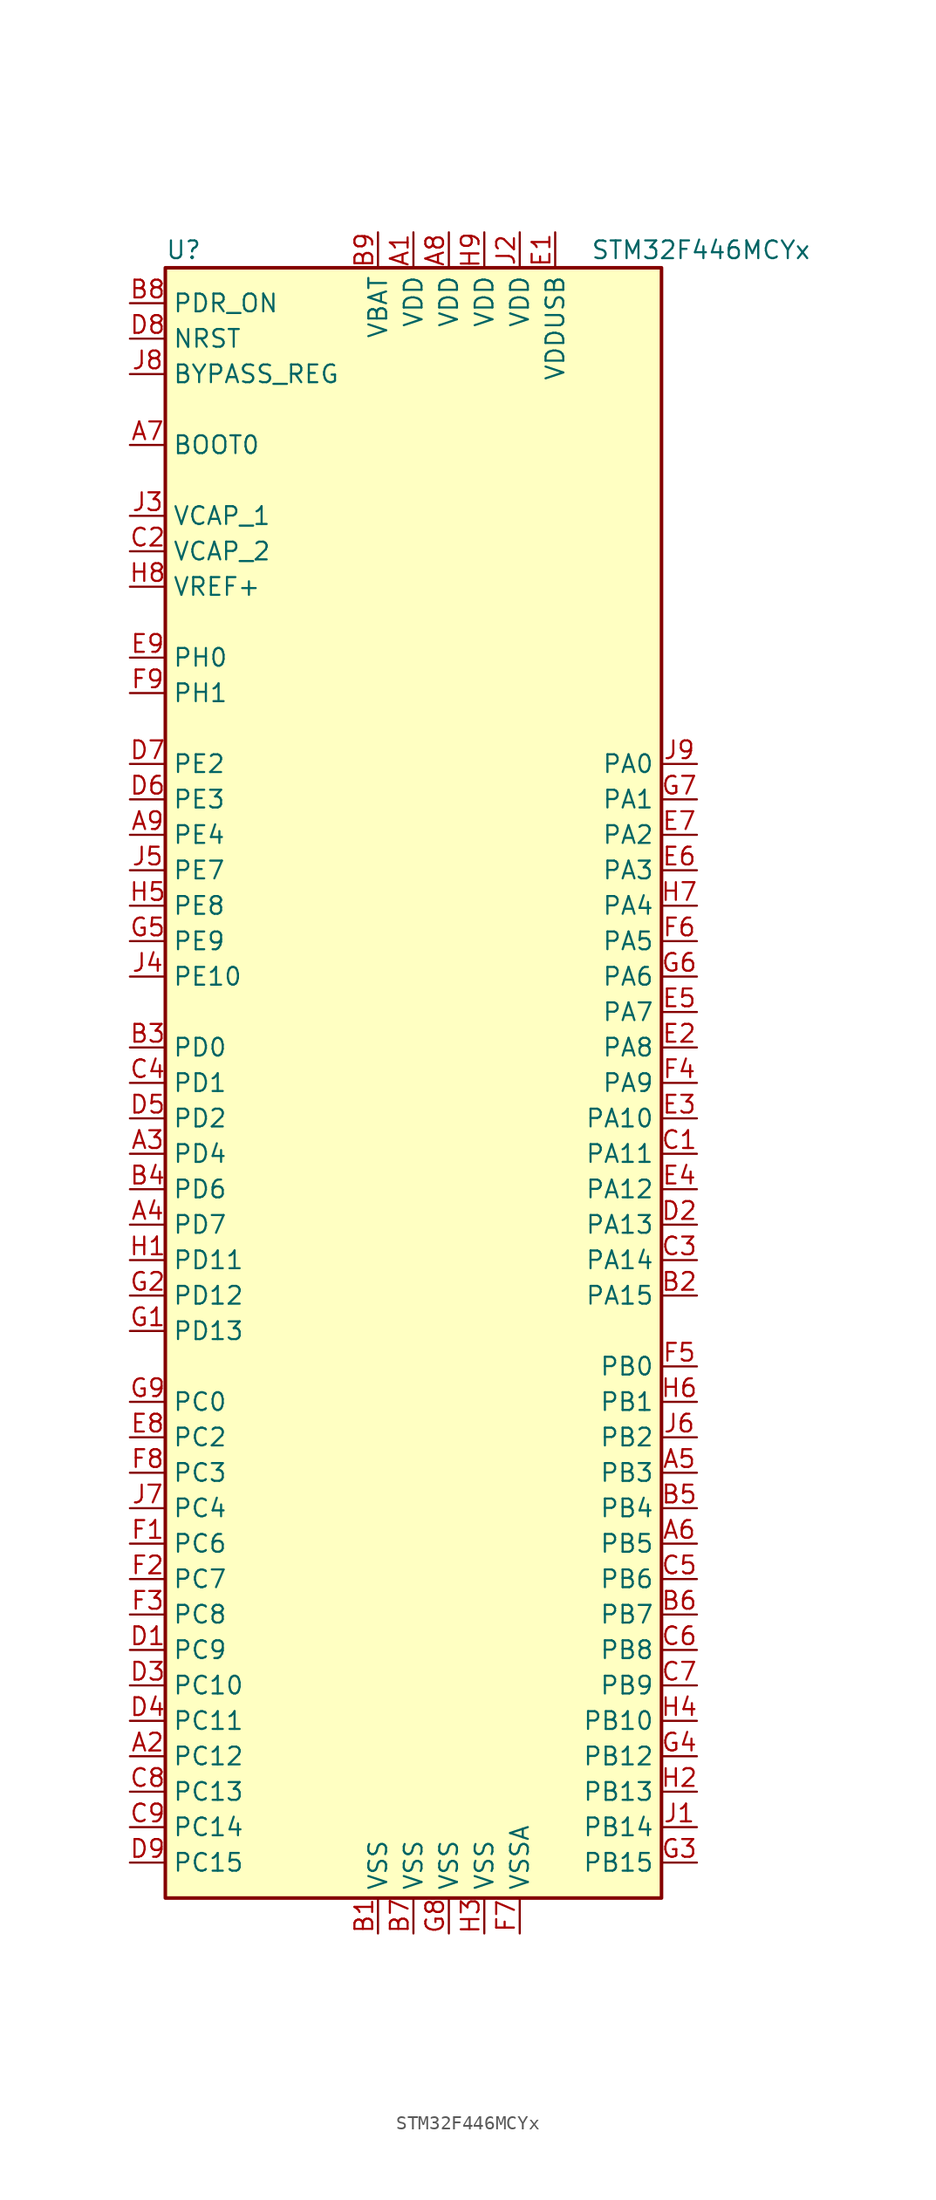
<source format=kicad_sym>
(kicad_symbol_lib
  (version 20220914)
  (generator kicad_symbol_editor)
  (symbol "STM32F446MCYx"
    (property "Reference" "U"
      (at -17.78 59.69 0)
      (effects (font (size 1.27 1.27)) (justify left)))
    (property "Value" "STM32F446MCYx"
      (at 12.7 59.69 0)
      (effects (font (size 1.27 1.27)) (justify left)))
    (symbol "STM32F446MCYx_0_1"
      (rectangle (start -17.78 -58.42) (end 17.78 58.42) (stroke (width 0.254) (type default)) (fill (type background))))
    (symbol "STM32F446MCYx_1_1"
      (pin power_in line (at 0 60.96 270) (length 2.54) (name "VDD" (effects (font (size 1.27 1.27)))) (number "A1" (effects (font (size 1.27 1.27)))))
      (pin bidirectional line (at -20.32 -48.26 0) (length 2.54) (name "PC12" (effects (font (size 1.27 1.27)))) (number "A2" (effects (font (size 1.27 1.27)))))
      (pin bidirectional line (at -20.32 -5.08 0) (length 2.54) (name "PD4" (effects (font (size 1.27 1.27)))) (number "A3" (effects (font (size 1.27 1.27)))))
      (pin bidirectional line (at -20.32 -10.16 0) (length 2.54) (name "PD7" (effects (font (size 1.27 1.27)))) (number "A4" (effects (font (size 1.27 1.27)))))
      (pin bidirectional line (at 20.32 -27.94 180) (length 2.54) (name "PB3" (effects (font (size 1.27 1.27)))) (number "A5" (effects (font (size 1.27 1.27)))))
      (pin bidirectional line (at 20.32 -33.02 180) (length 2.54) (name "PB5" (effects (font (size 1.27 1.27)))) (number "A6" (effects (font (size 1.27 1.27)))))
      (pin input line (at -20.32 45.72 0) (length 2.54) (name "BOOT0" (effects (font (size 1.27 1.27)))) (number "A7" (effects (font (size 1.27 1.27)))))
      (pin power_in line (at 2.54 60.96 270) (length 2.54) (name "VDD" (effects (font (size 1.27 1.27)))) (number "A8" (effects (font (size 1.27 1.27)))))
      (pin bidirectional line (at -20.32 17.78 0) (length 2.54) (name "PE4" (effects (font (size 1.27 1.27)))) (number "A9" (effects (font (size 1.27 1.27)))))
      (pin power_in line (at -2.54 -60.96 90) (length 2.54) (name "VSS" (effects (font (size 1.27 1.27)))) (number "B1" (effects (font (size 1.27 1.27)))))
      (pin bidirectional line (at 20.32 -15.24 180) (length 2.54) (name "PA15" (effects (font (size 1.27 1.27)))) (number "B2" (effects (font (size 1.27 1.27)))))
      (pin bidirectional line (at -20.32 2.54 0) (length 2.54) (name "PD0" (effects (font (size 1.27 1.27)))) (number "B3" (effects (font (size 1.27 1.27)))))
      (pin bidirectional line (at -20.32 -7.62 0) (length 2.54) (name "PD6" (effects (font (size 1.27 1.27)))) (number "B4" (effects (font (size 1.27 1.27)))))
      (pin bidirectional line (at 20.32 -30.48 180) (length 2.54) (name "PB4" (effects (font (size 1.27 1.27)))) (number "B5" (effects (font (size 1.27 1.27)))))
      (pin bidirectional line (at 20.32 -38.1 180) (length 2.54) (name "PB7" (effects (font (size 1.27 1.27)))) (number "B6" (effects (font (size 1.27 1.27)))))
      (pin power_in line (at 0 -60.96 90) (length 2.54) (name "VSS" (effects (font (size 1.27 1.27)))) (number "B7" (effects (font (size 1.27 1.27)))))
      (pin input line (at -20.32 55.88 0) (length 2.54) (name "PDR_ON" (effects (font (size 1.27 1.27)))) (number "B8" (effects (font (size 1.27 1.27)))))
      (pin power_in line (at -2.54 60.96 270) (length 2.54) (name "VBAT" (effects (font (size 1.27 1.27)))) (number "B9" (effects (font (size 1.27 1.27)))))
      (pin bidirectional line (at 20.32 -5.08 180) (length 2.54) (name "PA11" (effects (font (size 1.27 1.27)))) (number "C1" (effects (font (size 1.27 1.27)))))
      (pin power_in line (at -20.32 38.1 0) (length 2.54) (name "VCAP_2" (effects (font (size 1.27 1.27)))) (number "C2" (effects (font (size 1.27 1.27)))))
      (pin bidirectional line (at 20.32 -12.7 180) (length 2.54) (name "PA14" (effects (font (size 1.27 1.27)))) (number "C3" (effects (font (size 1.27 1.27)))))
      (pin bidirectional line (at -20.32 0 0) (length 2.54) (name "PD1" (effects (font (size 1.27 1.27)))) (number "C4" (effects (font (size 1.27 1.27)))))
      (pin bidirectional line (at 20.32 -35.56 180) (length 2.54) (name "PB6" (effects (font (size 1.27 1.27)))) (number "C5" (effects (font (size 1.27 1.27)))))
      (pin bidirectional line (at 20.32 -40.64 180) (length 2.54) (name "PB8" (effects (font (size 1.27 1.27)))) (number "C6" (effects (font (size 1.27 1.27)))))
      (pin bidirectional line (at 20.32 -43.18 180) (length 2.54) (name "PB9" (effects (font (size 1.27 1.27)))) (number "C7" (effects (font (size 1.27 1.27)))))
      (pin bidirectional line (at -20.32 -50.8 0) (length 2.54) (name "PC13" (effects (font (size 1.27 1.27)))) (number "C8" (effects (font (size 1.27 1.27)))))
      (pin bidirectional line (at -20.32 -53.34 0) (length 2.54) (name "PC14" (effects (font (size 1.27 1.27)))) (number "C9" (effects (font (size 1.27 1.27)))))
      (pin bidirectional line (at -20.32 -40.64 0) (length 2.54) (name "PC9" (effects (font (size 1.27 1.27)))) (number "D1" (effects (font (size 1.27 1.27)))))
      (pin bidirectional line (at 20.32 -10.16 180) (length 2.54) (name "PA13" (effects (font (size 1.27 1.27)))) (number "D2" (effects (font (size 1.27 1.27)))))
      (pin bidirectional line (at -20.32 -43.18 0) (length 2.54) (name "PC10" (effects (font (size 1.27 1.27)))) (number "D3" (effects (font (size 1.27 1.27)))))
      (pin bidirectional line (at -20.32 -45.72 0) (length 2.54) (name "PC11" (effects (font (size 1.27 1.27)))) (number "D4" (effects (font (size 1.27 1.27)))))
      (pin bidirectional line (at -20.32 -2.54 0) (length 2.54) (name "PD2" (effects (font (size 1.27 1.27)))) (number "D5" (effects (font (size 1.27 1.27)))))
      (pin bidirectional line (at -20.32 20.32 0) (length 2.54) (name "PE3" (effects (font (size 1.27 1.27)))) (number "D6" (effects (font (size 1.27 1.27)))))
      (pin bidirectional line (at -20.32 22.86 0) (length 2.54) (name "PE2" (effects (font (size 1.27 1.27)))) (number "D7" (effects (font (size 1.27 1.27)))))
      (pin input line (at -20.32 53.34 0) (length 2.54) (name "NRST" (effects (font (size 1.27 1.27)))) (number "D8" (effects (font (size 1.27 1.27)))))
      (pin bidirectional line (at -20.32 -55.88 0) (length 2.54) (name "PC15" (effects (font (size 1.27 1.27)))) (number "D9" (effects (font (size 1.27 1.27)))))
      (pin power_in line (at 10.16 60.96 270) (length 2.54) (name "VDDUSB" (effects (font (size 1.27 1.27)))) (number "E1" (effects (font (size 1.27 1.27)))))
      (pin bidirectional line (at 20.32 2.54 180) (length 2.54) (name "PA8" (effects (font (size 1.27 1.27)))) (number "E2" (effects (font (size 1.27 1.27)))))
      (pin bidirectional line (at 20.32 -2.54 180) (length 2.54) (name "PA10" (effects (font (size 1.27 1.27)))) (number "E3" (effects (font (size 1.27 1.27)))))
      (pin bidirectional line (at 20.32 -7.62 180) (length 2.54) (name "PA12" (effects (font (size 1.27 1.27)))) (number "E4" (effects (font (size 1.27 1.27)))))
      (pin bidirectional line (at 20.32 5.08 180) (length 2.54) (name "PA7" (effects (font (size 1.27 1.27)))) (number "E5" (effects (font (size 1.27 1.27)))))
      (pin bidirectional line (at 20.32 15.24 180) (length 2.54) (name "PA3" (effects (font (size 1.27 1.27)))) (number "E6" (effects (font (size 1.27 1.27)))))
      (pin bidirectional line (at 20.32 17.78 180) (length 2.54) (name "PA2" (effects (font (size 1.27 1.27)))) (number "E7" (effects (font (size 1.27 1.27)))))
      (pin bidirectional line (at -20.32 -25.4 0) (length 2.54) (name "PC2" (effects (font (size 1.27 1.27)))) (number "E8" (effects (font (size 1.27 1.27)))))
      (pin input line (at -20.32 30.48 0) (length 2.54) (name "PH0" (effects (font (size 1.27 1.27)))) (number "E9" (effects (font (size 1.27 1.27)))))
      (pin bidirectional line (at -20.32 -33.02 0) (length 2.54) (name "PC6" (effects (font (size 1.27 1.27)))) (number "F1" (effects (font (size 1.27 1.27)))))
      (pin bidirectional line (at -20.32 -35.56 0) (length 2.54) (name "PC7" (effects (font (size 1.27 1.27)))) (number "F2" (effects (font (size 1.27 1.27)))))
      (pin bidirectional line (at -20.32 -38.1 0) (length 2.54) (name "PC8" (effects (font (size 1.27 1.27)))) (number "F3" (effects (font (size 1.27 1.27)))))
      (pin bidirectional line (at 20.32 0 180) (length 2.54) (name "PA9" (effects (font (size 1.27 1.27)))) (number "F4" (effects (font (size 1.27 1.27)))))
      (pin bidirectional line (at 20.32 -20.32 180) (length 2.54) (name "PB0" (effects (font (size 1.27 1.27)))) (number "F5" (effects (font (size 1.27 1.27)))))
      (pin bidirectional line (at 20.32 10.16 180) (length 2.54) (name "PA5" (effects (font (size 1.27 1.27)))) (number "F6" (effects (font (size 1.27 1.27)))))
      (pin power_in line (at 7.62 -60.96 90) (length 2.54) (name "VSSA" (effects (font (size 1.27 1.27)))) (number "F7" (effects (font (size 1.27 1.27)))))
      (pin bidirectional line (at -20.32 -27.94 0) (length 2.54) (name "PC3" (effects (font (size 1.27 1.27)))) (number "F8" (effects (font (size 1.27 1.27)))))
      (pin input line (at -20.32 27.94 0) (length 2.54) (name "PH1" (effects (font (size 1.27 1.27)))) (number "F9" (effects (font (size 1.27 1.27)))))
      (pin bidirectional line (at -20.32 -17.78 0) (length 2.54) (name "PD13" (effects (font (size 1.27 1.27)))) (number "G1" (effects (font (size 1.27 1.27)))))
      (pin bidirectional line (at -20.32 -15.24 0) (length 2.54) (name "PD12" (effects (font (size 1.27 1.27)))) (number "G2" (effects (font (size 1.27 1.27)))))
      (pin bidirectional line (at 20.32 -55.88 180) (length 2.54) (name "PB15" (effects (font (size 1.27 1.27)))) (number "G3" (effects (font (size 1.27 1.27)))))
      (pin bidirectional line (at 20.32 -48.26 180) (length 2.54) (name "PB12" (effects (font (size 1.27 1.27)))) (number "G4" (effects (font (size 1.27 1.27)))))
      (pin bidirectional line (at -20.32 10.16 0) (length 2.54) (name "PE9" (effects (font (size 1.27 1.27)))) (number "G5" (effects (font (size 1.27 1.27)))))
      (pin bidirectional line (at 20.32 7.62 180) (length 2.54) (name "PA6" (effects (font (size 1.27 1.27)))) (number "G6" (effects (font (size 1.27 1.27)))))
      (pin bidirectional line (at 20.32 20.32 180) (length 2.54) (name "PA1" (effects (font (size 1.27 1.27)))) (number "G7" (effects (font (size 1.27 1.27)))))
      (pin power_in line (at 2.54 -60.96 90) (length 2.54) (name "VSS" (effects (font (size 1.27 1.27)))) (number "G8" (effects (font (size 1.27 1.27)))))
      (pin bidirectional line (at -20.32 -22.86 0) (length 2.54) (name "PC0" (effects (font (size 1.27 1.27)))) (number "G9" (effects (font (size 1.27 1.27)))))
      (pin bidirectional line (at -20.32 -12.7 0) (length 2.54) (name "PD11" (effects (font (size 1.27 1.27)))) (number "H1" (effects (font (size 1.27 1.27)))))
      (pin bidirectional line (at 20.32 -50.8 180) (length 2.54) (name "PB13" (effects (font (size 1.27 1.27)))) (number "H2" (effects (font (size 1.27 1.27)))))
      (pin power_in line (at 5.08 -60.96 90) (length 2.54) (name "VSS" (effects (font (size 1.27 1.27)))) (number "H3" (effects (font (size 1.27 1.27)))))
      (pin bidirectional line (at 20.32 -45.72 180) (length 2.54) (name "PB10" (effects (font (size 1.27 1.27)))) (number "H4" (effects (font (size 1.27 1.27)))))
      (pin bidirectional line (at -20.32 12.7 0) (length 2.54) (name "PE8" (effects (font (size 1.27 1.27)))) (number "H5" (effects (font (size 1.27 1.27)))))
      (pin bidirectional line (at 20.32 -22.86 180) (length 2.54) (name "PB1" (effects (font (size 1.27 1.27)))) (number "H6" (effects (font (size 1.27 1.27)))))
      (pin bidirectional line (at 20.32 12.7 180) (length 2.54) (name "PA4" (effects (font (size 1.27 1.27)))) (number "H7" (effects (font (size 1.27 1.27)))))
      (pin power_in line (at -20.32 35.56 0) (length 2.54) (name "VREF+" (effects (font (size 1.27 1.27)))) (number "H8" (effects (font (size 1.27 1.27)))))
      (pin power_in line (at 5.08 60.96 270) (length 2.54) (name "VDD" (effects (font (size 1.27 1.27)))) (number "H9" (effects (font (size 1.27 1.27)))))
      (pin bidirectional line (at 20.32 -53.34 180) (length 2.54) (name "PB14" (effects (font (size 1.27 1.27)))) (number "J1" (effects (font (size 1.27 1.27)))))
      (pin power_in line (at 7.62 60.96 270) (length 2.54) (name "VDD" (effects (font (size 1.27 1.27)))) (number "J2" (effects (font (size 1.27 1.27)))))
      (pin power_in line (at -20.32 40.64 0) (length 2.54) (name "VCAP_1" (effects (font (size 1.27 1.27)))) (number "J3" (effects (font (size 1.27 1.27)))))
      (pin bidirectional line (at -20.32 7.62 0) (length 2.54) (name "PE10" (effects (font (size 1.27 1.27)))) (number "J4" (effects (font (size 1.27 1.27)))))
      (pin bidirectional line (at -20.32 15.24 0) (length 2.54) (name "PE7" (effects (font (size 1.27 1.27)))) (number "J5" (effects (font (size 1.27 1.27)))))
      (pin bidirectional line (at 20.32 -25.4 180) (length 2.54) (name "PB2" (effects (font (size 1.27 1.27)))) (number "J6" (effects (font (size 1.27 1.27)))))
      (pin bidirectional line (at -20.32 -30.48 0) (length 2.54) (name "PC4" (effects (font (size 1.27 1.27)))) (number "J7" (effects (font (size 1.27 1.27)))))
      (pin input line (at -20.32 50.8 0) (length 2.54) (name "BYPASS_REG" (effects (font (size 1.27 1.27)))) (number "J8" (effects (font (size 1.27 1.27)))))
      (pin bidirectional line (at 20.32 22.86 180) (length 2.54) (name "PA0" (effects (font (size 1.27 1.27)))) (number "J9" (effects (font (size 1.27 1.27))))))))
</source>
